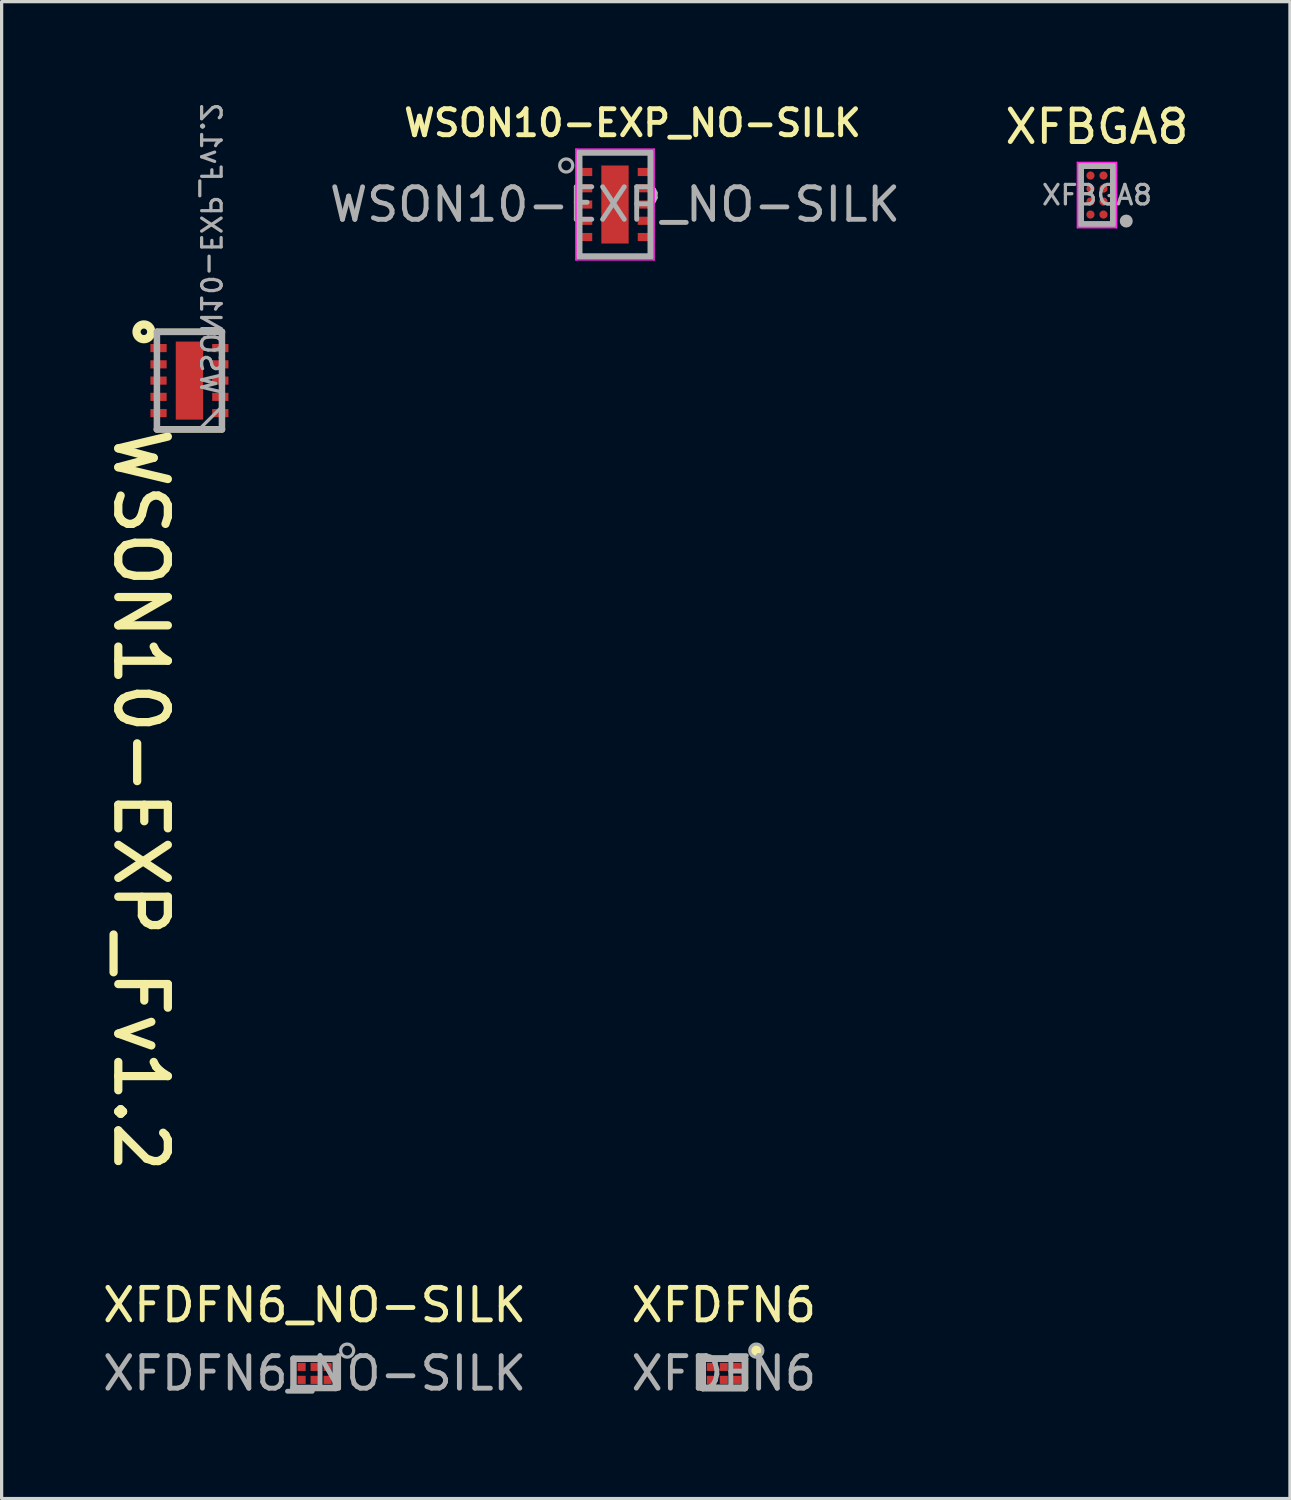
<source format=kicad_pcb>
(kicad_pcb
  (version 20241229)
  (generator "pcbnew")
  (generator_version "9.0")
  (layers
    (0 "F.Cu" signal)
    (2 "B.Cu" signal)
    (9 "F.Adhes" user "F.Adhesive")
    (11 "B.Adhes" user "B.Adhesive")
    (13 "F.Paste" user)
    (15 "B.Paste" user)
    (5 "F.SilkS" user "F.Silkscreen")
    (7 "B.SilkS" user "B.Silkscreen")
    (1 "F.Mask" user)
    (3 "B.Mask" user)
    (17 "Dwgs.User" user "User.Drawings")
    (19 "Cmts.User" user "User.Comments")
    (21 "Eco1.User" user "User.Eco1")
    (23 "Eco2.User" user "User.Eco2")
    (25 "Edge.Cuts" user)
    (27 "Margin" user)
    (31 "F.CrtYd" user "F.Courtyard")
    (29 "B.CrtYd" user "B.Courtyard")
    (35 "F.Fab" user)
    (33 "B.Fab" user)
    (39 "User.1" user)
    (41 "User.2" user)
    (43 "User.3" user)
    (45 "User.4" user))
  (footprint "XFDFN6"
    (layer "F.Cu")
    (at 19.208 39.183)
    (property "Reference" "XFDFN6" (at 0 -2.1 180) (layer "F.SilkS") (effects (font (size 1 1) (thickness 0.15))))
    (attr smd)
    (fp_line (start -0.65 0.45) (end -0.65 -0.45) (stroke (width 0.2) (type solid)) (layer "F.SilkS"))
    (fp_line (start -0.65 0.45) (end 0.65 0.45) (stroke (width 0.2) (type solid)) (layer "F.SilkS"))
    (fp_line (start 0.65 -0.45) (end -0.65 -0.45) (stroke (width 0.2) (type solid)) (layer "F.SilkS"))
    (fp_line (start 0.65 0.45) (end 0.65 -0.45) (stroke (width 0.2) (type solid)) (layer "F.SilkS"))
    (fp_circle (center 1 -0.7) (end 1.2 -0.7) (stroke (width 0) (type solid)) (fill yes) (layer "F.SilkS"))
    (fp_line (start -0.65 0.45) (end -0.65 -0.45) (stroke (width 0.2) (type solid)) (layer "F.Fab"))
    (fp_line (start -0.65 0.45) (end 0.65 0.45) (stroke (width 0.2) (type solid)) (layer "F.Fab"))
    (fp_line (start 0.65 -0.45) (end -0.65 -0.45) (stroke (width 0.2) (type solid)) (layer "F.Fab"))
    (fp_line (start 0.65 0.45) (end 0.65 -0.45) (stroke (width 0.2) (type solid)) (layer "F.Fab"))
    (fp_circle (center 1 -0.7) (end 1.2 -0.7) (stroke (width 0.1) (type solid)) (fill no) (layer "F.Fab"))
    (fp_text user "${REFERENCE}" (at 0 0 0) (layer "F.Fab") (effects (font (size 1 1) (thickness 0.15))))
    (pad "1" smd rect (at 0.4 -0.2) (size 0.25 0.25) (layers "F.Cu" "F.Mask" "F.Paste"))
    (pad "2" smd rect (at 0 -0.2) (size 0.25 0.25) (layers "F.Cu" "F.Mask" "F.Paste"))
    (pad "3" smd rect (at -0.4 -0.2) (size 0.25 0.25) (layers "F.Cu" "F.Mask" "F.Paste"))
    (pad "4" smd rect (at -0.4 0.2) (size 0.25 0.25) (layers "F.Cu" "F.Mask" "F.Paste"))
    (pad "5" smd rect (at 0 0.2) (size 0.25 0.25) (layers "F.Cu" "F.Mask" "F.Paste"))
    (pad "6" smd rect (at 0.4 0.2) (size 0.25 0.25) (layers "F.Cu" "F.Mask" "F.Paste")))
  (footprint "XFDFN6_NO-SILK"
    (layer "F.Cu")
    (at 6.625 39.183)
    (property "Reference" "XFDFN6_NO-SILK" (at 0 -2.1 180) (layer "F.SilkS") (effects (font (size 1 1) (thickness 0.15))))
    (attr smd)
    (fp_line (start -0.65 0.45) (end -0.65 -0.45) (stroke (width 0.2) (type solid)) (layer "F.Fab"))
    (fp_line (start -0.65 0.45) (end 0.65 0.45) (stroke (width 0.2) (type solid)) (layer "F.Fab"))
    (fp_line (start 0.65 -0.45) (end -0.65 -0.45) (stroke (width 0.2) (type solid)) (layer "F.Fab"))
    (fp_line (start 0.65 0.45) (end 0.65 -0.45) (stroke (width 0.2) (type solid)) (layer "F.Fab"))
    (fp_circle (center 1 -0.7) (end 1.2 -0.7) (stroke (width 0.1) (type solid)) (fill no) (layer "F.Fab"))
    (fp_text user "${REFERENCE}" (at 0 0 0) (layer "F.Fab") (effects (font (size 1 1) (thickness 0.15))))
    (pad "1" smd rect (at 0.4 -0.2) (size 0.25 0.25) (layers "F.Cu" "F.Mask" "F.Paste"))
    (pad "2" smd rect (at 0 -0.2) (size 0.25 0.25) (layers "F.Cu" "F.Mask" "F.Paste"))
    (pad "3" smd rect (at -0.4 -0.2) (size 0.25 0.25) (layers "F.Cu" "F.Mask" "F.Paste"))
    (pad "4" smd rect (at -0.4 0.2) (size 0.25 0.25) (layers "F.Cu" "F.Mask" "F.Paste"))
    (pad "5" smd rect (at 0 0.2) (size 0.25 0.25) (layers "F.Cu" "F.Mask" "F.Paste"))
    (pad "6" smd rect (at 0.4 0.2) (size 0.25 0.25) (layers "F.Cu" "F.Mask" "F.Paste")))
  (footprint "WSON10-EXP_Fv1.2"
    (layer "F.Cu")
    (at 2.775 8.654)
    (property "Reference" "WSON10-EXP_Fv1.2" (at -2.387 1.336 270) (unlocked yes) (layer "F.SilkS") (effects (font (size 1.524 1.524) (thickness 0.254)) (justify left bottom)))
    (fp_line (start 1 -1.5) (end -1 -1.5) (stroke (width 0.2) (type solid)) (layer "F.SilkS"))
    (fp_line (start 1 1.5) (end -1 1.5) (stroke (width 0.2) (type solid)) (layer "F.SilkS"))
    (fp_circle (center -1.4 -1.5) (end -1.5 -1.5) (stroke (width 0.254) (type solid)) (fill no) (layer "F.SilkS"))
    (fp_line (start -1 -1.5) (end -1 1.5) (stroke (width 0.2) (type solid)) (layer "F.Fab"))
    (fp_line (start 1 -1.5) (end -1 -1.5) (stroke (width 0.2) (type solid)) (layer "F.Fab"))
    (fp_line (start 1 -1.5) (end 1 1.5) (stroke (width 0.2) (type solid)) (layer "F.Fab"))
    (fp_line (start 1 1.5) (end -1 1.5) (stroke (width 0.2) (type solid)) (layer "F.Fab"))
    (fp_poly (pts (xy 1 1.5) (xy 0.3 1.5) (xy 1 0.8)) (stroke (width 0.1) (type default)) (fill no) (layer "F.Fab"))
    (fp_text user "${REFERENCE}" (at 0.297 0.497 270) (unlocked yes) (layer "F.Fab") (effects (font (size 0.6 0.6) (thickness 0.1)) (justify left bottom mirror)))
    (pad "1" smd rect (at -0.95 -1 90) (size 0.25 0.5) (layers "F.Cu" "F.Mask" "F.Paste"))
    (pad "2" smd rect (at -0.95 -0.5 90) (size 0.25 0.5) (layers "F.Cu" "F.Mask" "F.Paste"))
    (pad "3" smd rect (at -0.95 0 90) (size 0.25 0.5) (layers "F.Cu" "F.Mask" "F.Paste"))
    (pad "4" smd rect (at -0.95 0.5 90) (size 0.25 0.5) (layers "F.Cu" "F.Mask" "F.Paste"))
    (pad "5" smd rect (at -0.95 1 90) (size 0.25 0.5) (layers "F.Cu" "F.Mask" "F.Paste"))
    (pad "6" smd rect (at 0.95 1 90) (size 0.25 0.5) (layers "F.Cu" "F.Mask" "F.Paste"))
    (pad "7" smd rect (at 0.95 0.5 90) (size 0.25 0.5) (layers "F.Cu" "F.Mask" "F.Paste"))
    (pad "8" smd rect (at 0.95 0 90) (size 0.25 0.5) (layers "F.Cu" "F.Mask" "F.Paste"))
    (pad "9" smd rect (at 0.95 -0.5 90) (size 0.25 0.5) (layers "F.Cu" "F.Mask" "F.Paste"))
    (pad "10" smd rect (at 0.95 -1 90) (size 0.25 0.5) (layers "F.Cu" "F.Mask" "F.Paste"))
    (pad "11" smd rect (at 0 0 90) (size 2.4 0.84) (layers "F.Cu" "F.Mask" "F.Paste")))
  (footprint "XFBGA8"
    (layer "F.Cu")
    (at 30.684 2.948)
    (property "Reference" "XFBGA8" (at 0 -2.1 180) (layer "F.SilkS") (effects (font (size 1 1) (thickness 0.15))))
    (attr smd)
    (fp_line (start -0.6 -1) (end -0.6 1) (stroke (width 0.05) (type solid)) (layer "F.CrtYd"))
    (fp_line (start -0.6 -1) (end 0.6 -1) (stroke (width 0.05) (type solid)) (layer "F.CrtYd"))
    (fp_line (start 0.6 1) (end -0.6 1) (stroke (width 0.05) (type solid)) (layer "F.CrtYd"))
    (fp_line (start 0.6 1) (end 0.6 -1) (stroke (width 0.05) (type solid)) (layer "F.CrtYd"))
    (fp_line (start -0.5 -0.9) (end -0.5 0.9) (stroke (width 0.2) (type solid)) (layer "F.Fab"))
    (fp_line (start 0.5 -0.9) (end -0.5 -0.9) (stroke (width 0.2) (type solid)) (layer "F.Fab"))
    (fp_line (start 0.5 0.9) (end -0.5 0.9) (stroke (width 0.2) (type solid)) (layer "F.Fab"))
    (fp_line (start 0.5 0.9) (end 0.5 -0.9) (stroke (width 0.2) (type solid)) (layer "F.Fab"))
    (fp_circle (center 0.9 0.8) (end 1 0.8) (stroke (width 0.2) (type solid)) (fill no) (layer "F.Fab"))
    (fp_text user "${REFERENCE}" (at 0 0 0) (layer "F.Fab") (effects (font (size 0.6 0.6) (thickness 0.1) (bold yes))))
    (pad "A1" smd circle (at 0.2 0.6) (size 0.25 0.25) (layers "F.Cu" "F.Mask" "F.Paste"))
    (pad "A2" smd circle (at -0.2 0.6) (size 0.25 0.25) (layers "F.Cu" "F.Mask" "F.Paste"))
    (pad "B1" smd circle (at 0.2 0.2) (size 0.25 0.25) (layers "F.Cu" "F.Mask" "F.Paste"))
    (pad "B2" smd circle (at -0.2 0.2) (size 0.25 0.25) (layers "F.Cu" "F.Mask" "F.Paste"))
    (pad "C1" smd circle (at 0.2 -0.2) (size 0.25 0.25) (layers "F.Cu" "F.Mask" "F.Paste"))
    (pad "C2" smd circle (at -0.2 -0.2) (size 0.25 0.25) (layers "F.Cu" "F.Mask" "F.Paste"))
    (pad "D1" smd circle (at 0.2 -0.6) (size 0.25 0.25) (layers "F.Cu" "F.Mask" "F.Paste"))
    (pad "D2" smd circle (at -0.2 -0.6) (size 0.25 0.25) (layers "F.Cu" "F.Mask" "F.Paste")))
  (footprint "WSON10-EXP_NO-SILK"
    (layer "F.Cu")
    (at 15.862 3.239)
    (property "Reference" "WSON10-EXP_NO-SILK" (at 0.54 -2.508 0) (layer "F.SilkS") (effects (font (size 0.8 0.8) (thickness 0.15))))
    (attr smd)
    (fp_rect (start -0.42 -1.2) (end -0.12 -0.2) (stroke (width 0) (type solid)) (fill yes) (layer "F.Paste"))
    (fp_rect (start -0.42 0.2) (end -0.12 1.2) (stroke (width 0) (type solid)) (fill yes) (layer "F.Paste"))
    (fp_rect (start 0.12 -1.2) (end 0.42 -0.2) (stroke (width 0) (type solid)) (fill yes) (layer "F.Paste"))
    (fp_rect (start 0.12 0.2) (end 0.42 1.2) (stroke (width 0) (type solid)) (fill yes) (layer "F.Paste"))
    (fp_line (start -1.2 -1.7) (end 1.2 -1.7) (stroke (width 0.05) (type solid)) (layer "F.CrtYd"))
    (fp_line (start -1.2 1.7) (end -1.2 -1.7) (stroke (width 0.05) (type solid)) (layer "F.CrtYd"))
    (fp_line (start 1.2 -1.7) (end 1.2 1.7) (stroke (width 0.05) (type solid)) (layer "F.CrtYd"))
    (fp_line (start 1.2 1.7) (end -1.2 1.7) (stroke (width 0.05) (type solid)) (layer "F.CrtYd"))
    (fp_line (start -1.1 -1.6) (end -1.1 1.6) (stroke (width 0.2) (type solid)) (layer "F.Fab"))
    (fp_line (start -1.1 1.6) (end 1.1 1.6) (stroke (width 0.2) (type solid)) (layer "F.Fab"))
    (fp_line (start 1.1 -1.6) (end -1.1 -1.6) (stroke (width 0.2) (type solid)) (layer "F.Fab"))
    (fp_line (start 1.1 1.6) (end 1.1 -1.6) (stroke (width 0.2) (type solid)) (layer "F.Fab"))
    (fp_circle (center -1.5 -1.2) (end -1.3 -1.2) (stroke (width 0.1) (type solid)) (fill no) (layer "F.Fab"))
    (fp_text user "${REFERENCE}" (at 0 0 0) (layer "F.Fab") (effects (font (size 1 1) (thickness 0.15))))
    (pad "1" smd rect (at -0.95 -1) (size 0.5 0.25) (layers "F.Cu" "F.Mask" "F.Paste"))
    (pad "2" smd rect (at -0.95 -0.5) (size 0.5 0.25) (layers "F.Cu" "F.Mask" "F.Paste"))
    (pad "3" smd rect (at -0.95 0) (size 0.5 0.25) (layers "F.Cu" "F.Mask" "F.Paste"))
    (pad "4" smd rect (at -0.95 0.5) (size 0.5 0.25) (layers "F.Cu" "F.Mask" "F.Paste"))
    (pad "5" smd rect (at -0.95 1) (size 0.5 0.25) (layers "F.Cu" "F.Mask" "F.Paste"))
    (pad "6" smd rect (at 0.95 1) (size 0.5 0.25) (layers "F.Cu" "F.Mask" "F.Paste"))
    (pad "7" smd rect (at 0.95 0.5) (size 0.5 0.25) (layers "F.Cu" "F.Mask" "F.Paste"))
    (pad "8" smd rect (at 0.95 0) (size 0.5 0.25) (layers "F.Cu" "F.Mask" "F.Paste"))
    (pad "9" smd rect (at 0.95 -0.5) (size 0.5 0.25) (layers "F.Cu" "F.Mask" "F.Paste"))
    (pad "10" smd rect (at 0.95 -1) (size 0.5 0.25) (layers "F.Cu" "F.Mask" "F.Paste"))
    (pad "11" smd rect (at 0 0) (size 0.84 2.4) (layers "F.Cu" "F.Mask")))
  (gr_rect
    (start -3 -3)
    (end 36.618 43.032)
    (stroke (width 0.1) (type default))
    (fill no)
    (layer "Edge.Cuts")))
</source>
